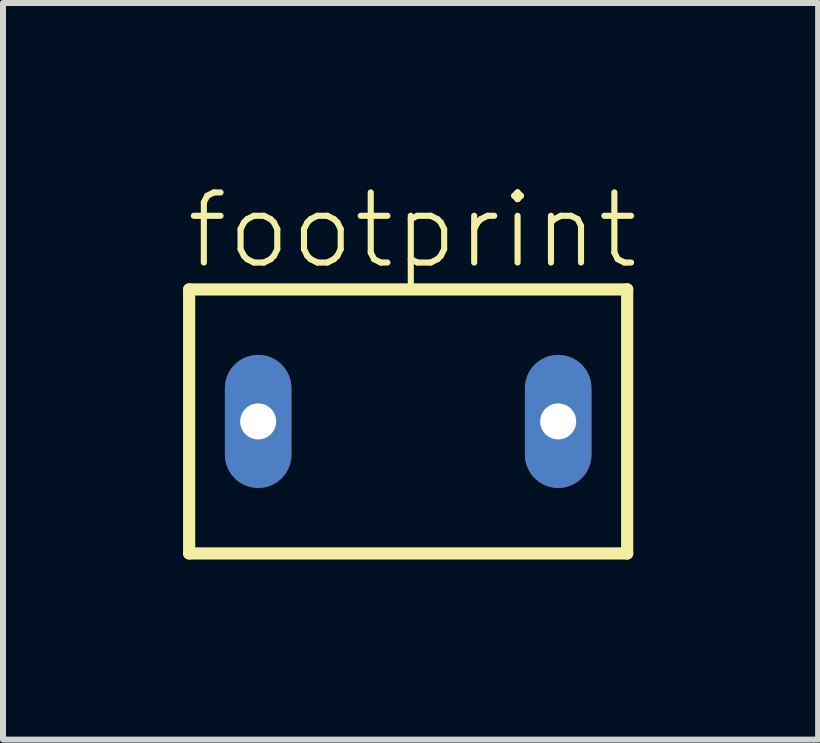
<source format=kicad_pcb>
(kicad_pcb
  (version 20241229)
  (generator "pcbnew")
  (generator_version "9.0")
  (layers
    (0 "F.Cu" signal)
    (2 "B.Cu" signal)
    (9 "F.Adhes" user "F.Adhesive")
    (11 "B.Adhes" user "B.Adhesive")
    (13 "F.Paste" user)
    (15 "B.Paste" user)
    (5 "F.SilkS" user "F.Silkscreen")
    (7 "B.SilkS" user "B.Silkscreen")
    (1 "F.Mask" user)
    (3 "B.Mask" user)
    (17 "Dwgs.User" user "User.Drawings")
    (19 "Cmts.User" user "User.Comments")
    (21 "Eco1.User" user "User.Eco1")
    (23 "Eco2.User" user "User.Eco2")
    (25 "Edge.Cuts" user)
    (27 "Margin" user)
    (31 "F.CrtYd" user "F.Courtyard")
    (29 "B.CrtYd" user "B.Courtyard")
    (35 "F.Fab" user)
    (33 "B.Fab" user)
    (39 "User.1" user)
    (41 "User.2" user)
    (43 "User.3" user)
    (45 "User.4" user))
  (footprint "footprint"
    (layer "F.Cu")
    (at 3.752 3.973)
    (property "Reference" "footprint" (at -3.75 -2.5 0) (layer "F.SilkS") (effects (font (size 1.168 1.168) (thickness 0.102)) (justify left bottom)))
    (fp_line (start -3.65 -2.2) (end -3.65 2.2) (stroke (width 0.203) (type solid)) (layer "F.SilkS"))
    (fp_line (start -3.65 2.2) (end 3.65 2.2) (stroke (width 0.203) (type solid)) (layer "F.SilkS"))
    (fp_line (start 3.65 -2.2) (end -3.65 -2.2) (stroke (width 0.203) (type solid)) (layer "F.SilkS"))
    (fp_line (start 3.65 2.2) (end 3.65 -2.2) (stroke (width 0.203) (type solid)) (layer "F.SilkS"))
    (pad "1" thru_hole oval (at -2.5 0 90) (size 2.216 1.108) (drill 0.6) (layers "*.Cu" "*.Mask"))
    (pad "2" thru_hole oval (at 2.5 0 90) (size 2.216 1.108) (drill 0.6) (layers "*.Cu" "*.Mask")))
  (gr_rect
    (start -3 -3)
    (end 10.584 9.275)
    (stroke (width 0.1) (type default))
    (fill no)
    (layer "Edge.Cuts")))
</source>
